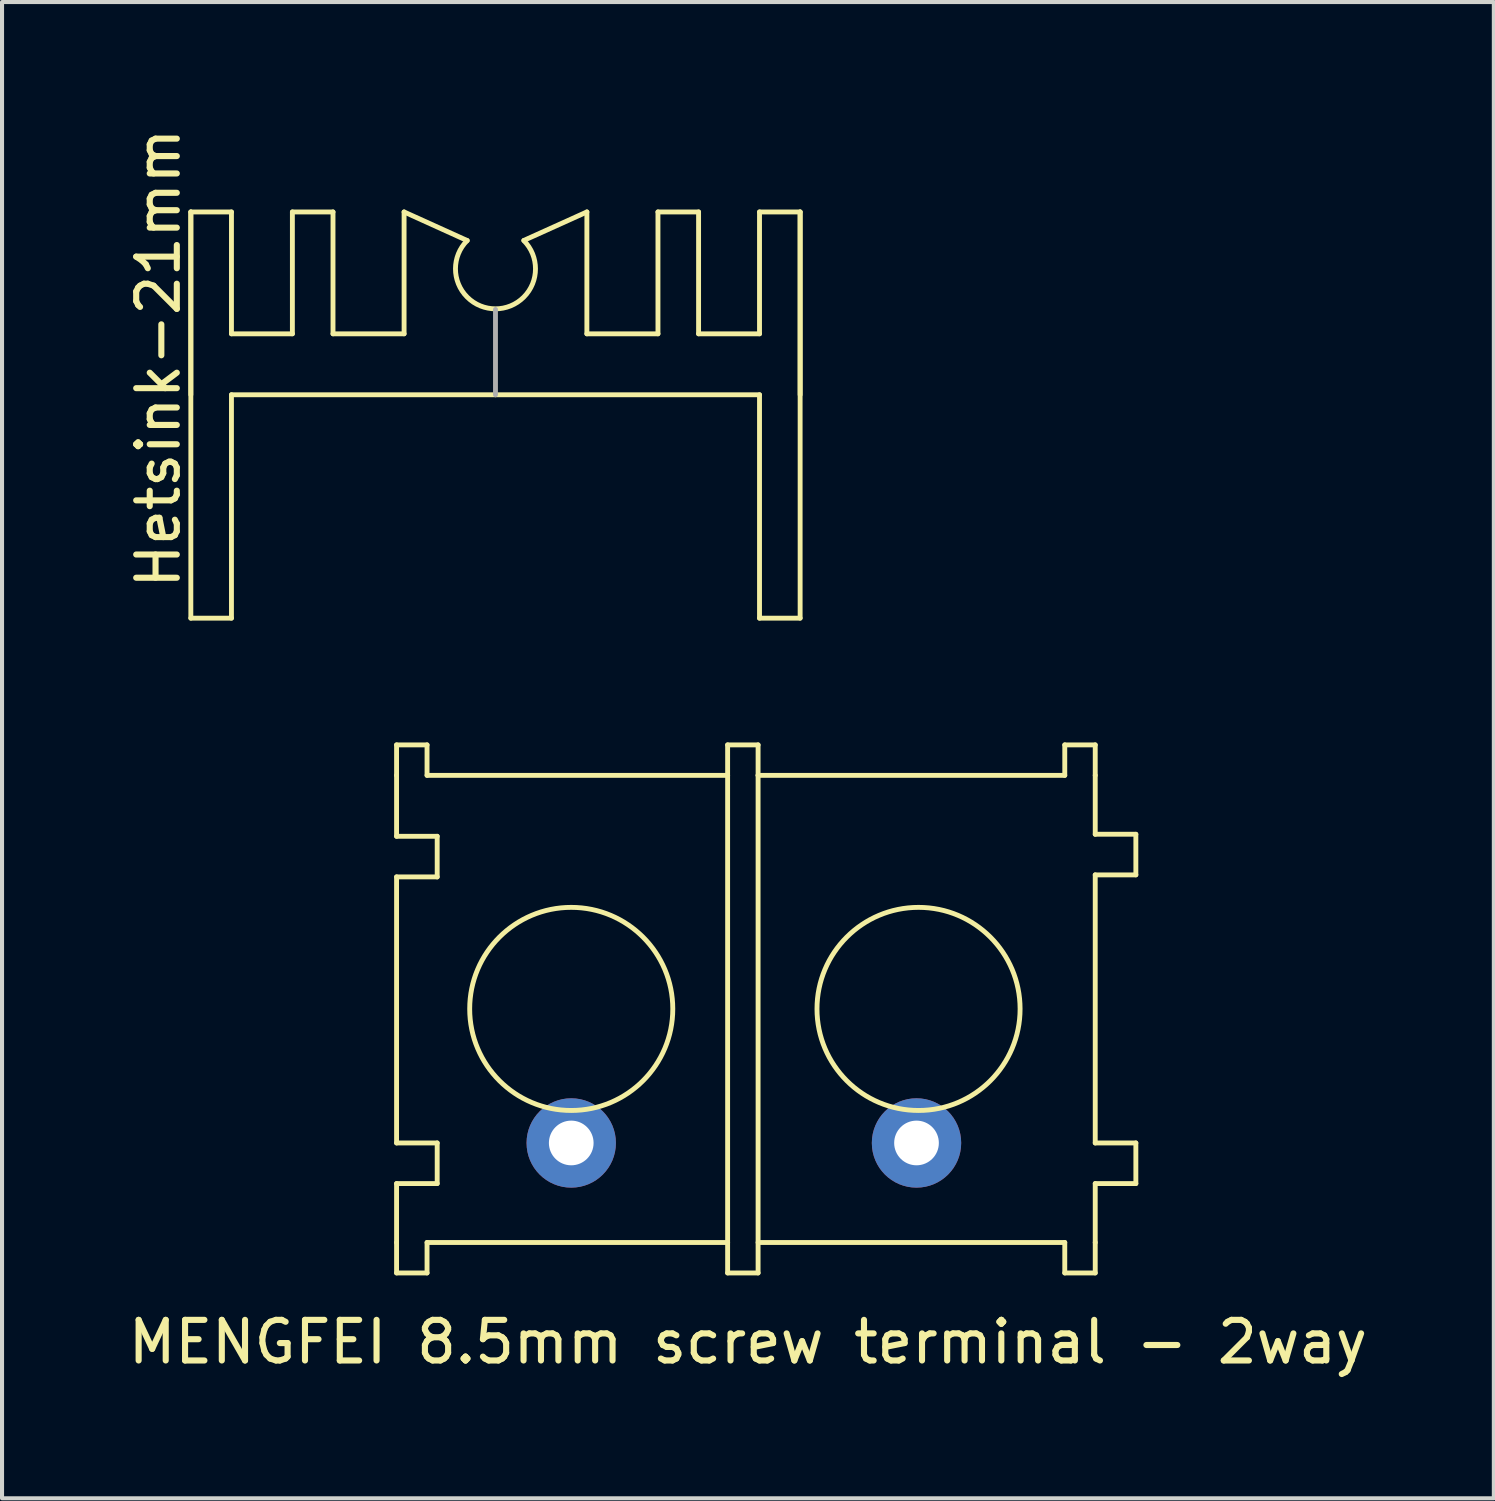
<source format=kicad_pcb>
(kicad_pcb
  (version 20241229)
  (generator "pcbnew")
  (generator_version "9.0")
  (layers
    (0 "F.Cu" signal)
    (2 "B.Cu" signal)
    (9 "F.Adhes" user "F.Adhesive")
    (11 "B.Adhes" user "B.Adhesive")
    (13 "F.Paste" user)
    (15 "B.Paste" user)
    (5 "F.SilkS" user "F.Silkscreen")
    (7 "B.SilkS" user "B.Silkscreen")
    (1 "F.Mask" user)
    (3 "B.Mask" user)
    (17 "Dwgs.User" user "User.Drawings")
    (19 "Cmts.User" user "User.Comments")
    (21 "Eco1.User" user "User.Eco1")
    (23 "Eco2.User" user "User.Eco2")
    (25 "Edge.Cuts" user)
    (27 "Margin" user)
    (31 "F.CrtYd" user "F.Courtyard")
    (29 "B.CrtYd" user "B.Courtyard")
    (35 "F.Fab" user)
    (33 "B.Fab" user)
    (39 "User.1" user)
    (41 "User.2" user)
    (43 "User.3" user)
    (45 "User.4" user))
  (footprint "Hetsink-21mm"
    (layer "F.Cu")
    (at 9.148 6.668)
    (property "Reference" "Hetsink-21mm" (at -8.3 -0.9 90) (layer "F.SilkS") (effects (font (size 1 1) (thickness 0.15))))
    (attr through_hole)
    (fp_line (start -7.5 -4.5) (end -7.5 5.5) (stroke (width 0.12) (type solid)) (layer "F.SilkS"))
    (fp_line (start -7.5 -4.5) (end -6.5 -4.5) (stroke (width 0.12) (type solid)) (layer "F.SilkS"))
    (fp_line (start -7.5 0) (end -7.5 -4.5) (stroke (width 0.12) (type solid)) (layer "F.SilkS"))
    (fp_line (start -7.5 5.5) (end -6.5 5.5) (stroke (width 0.12) (type solid)) (layer "F.SilkS"))
    (fp_line (start -6.5 -4.5) (end -6.5 -1.5) (stroke (width 0.12) (type solid)) (layer "F.SilkS"))
    (fp_line (start -6.5 -1.5) (end -5 -1.5) (stroke (width 0.12) (type solid)) (layer "F.SilkS"))
    (fp_line (start -6.5 5.5) (end -6.5 0) (stroke (width 0.12) (type solid)) (layer "F.SilkS"))
    (fp_line (start -5 -4.5) (end -4 -4.5) (stroke (width 0.12) (type solid)) (layer "F.SilkS"))
    (fp_line (start -5 -1.5) (end -5 -4.5) (stroke (width 0.12) (type solid)) (layer "F.SilkS"))
    (fp_line (start -4 -4.5) (end -4 -1.5) (stroke (width 0.12) (type solid)) (layer "F.SilkS"))
    (fp_line (start -4 -1.5) (end -2.25 -1.5) (stroke (width 0.12) (type solid)) (layer "F.SilkS"))
    (fp_line (start -2.25 -4.5) (end -2.25 -1.5) (stroke (width 0.12) (type solid)) (layer "F.SilkS"))
    (fp_line (start -2.25 -4.5) (end -0.696 -3.796) (stroke (width 0.12) (type solid)) (layer "F.SilkS"))
    (fp_line (start 0 0) (end -6.5 0) (stroke (width 0.12) (type solid)) (layer "F.SilkS"))
    (fp_line (start 2.25 -4.5) (end 0.7 -3.8) (stroke (width 0.12) (type solid)) (layer "F.SilkS"))
    (fp_line (start 2.25 -1.5) (end 2.25 -4.5) (stroke (width 0.12) (type solid)) (layer "F.SilkS"))
    (fp_line (start 2.25 -1.5) (end 4 -1.5) (stroke (width 0.12) (type solid)) (layer "F.SilkS"))
    (fp_line (start 4 -4.5) (end 5 -4.5) (stroke (width 0.12) (type solid)) (layer "F.SilkS"))
    (fp_line (start 4 -1.5) (end 4 -4.5) (stroke (width 0.12) (type solid)) (layer "F.SilkS"))
    (fp_line (start 5 -4.5) (end 5 -1.5) (stroke (width 0.12) (type solid)) (layer "F.SilkS"))
    (fp_line (start 5 -1.5) (end 6.5 -1.5) (stroke (width 0.12) (type solid)) (layer "F.SilkS"))
    (fp_line (start 6.5 -4.5) (end 6.5 -1.5) (stroke (width 0.12) (type solid)) (layer "F.SilkS"))
    (fp_line (start 6.5 -4.5) (end 7.5 -4.5) (stroke (width 0.12) (type solid)) (layer "F.SilkS"))
    (fp_line (start 6.5 0) (end 0 0) (stroke (width 0.12) (type solid)) (layer "F.SilkS"))
    (fp_line (start 6.5 5.5) (end 6.5 0) (stroke (width 0.12) (type solid)) (layer "F.SilkS"))
    (fp_line (start 7.5 -4.5) (end 7.5 0) (stroke (width 0.12) (type solid)) (layer "F.SilkS"))
    (fp_line (start 7.5 -4.5) (end 7.5 5.5) (stroke (width 0.12) (type solid)) (layer "F.SilkS"))
    (fp_line (start 7.5 5.5) (end 6.5 5.5) (stroke (width 0.12) (type solid)) (layer "F.SilkS"))
    (fp_arc (start 0.696418 -3.796418) (mid 0 -2.115116) (end -0.696418 -3.796418) (stroke (width 0.12) (type solid)) (layer "F.SilkS"))
    (fp_line (start 0 0) (end 0 -2.1) (stroke (width 0.12) (type solid)) (layer "F.Fab")))
  (footprint "MENGFEI 8.5mm screw terminal - 2way"
    (layer "F.Cu")
    (at 11.013 25.088)
    (property "Reference" "MENGFEI 8.5mm screw terminal - 2way" (at 4.35 4.9 0) (layer "F.SilkS") (effects (font (size 1 1) (thickness 0.15))))
    (attr through_hole)
    (fp_line (start -4.3 -9.8) (end -3.55 -9.8) (stroke (width 0.12) (type solid)) (layer "F.SilkS"))
    (fp_line (start -4.3 -9.05) (end -4.3 -9.8) (stroke (width 0.12) (type solid)) (layer "F.SilkS"))
    (fp_line (start -4.3 -7.55) (end -4.3 -9.05) (stroke (width 0.12) (type solid)) (layer "F.SilkS"))
    (fp_line (start -4.3 -7.55) (end -3.3 -7.55) (stroke (width 0.12) (type solid)) (layer "F.SilkS"))
    (fp_line (start -4.3 0) (end -4.3 -6.55) (stroke (width 0.12) (type solid)) (layer "F.SilkS"))
    (fp_line (start -4.3 0) (end -3.3 0) (stroke (width 0.12) (type solid)) (layer "F.SilkS"))
    (fp_line (start -4.3 2.45) (end -4.3 1) (stroke (width 0.12) (type solid)) (layer "F.SilkS"))
    (fp_line (start -4.3 2.45) (end -4.3 3.2) (stroke (width 0.12) (type solid)) (layer "F.SilkS"))
    (fp_line (start -4.3 3.2) (end -3.55 3.2) (stroke (width 0.12) (type solid)) (layer "F.SilkS"))
    (fp_line (start -3.55 -9.8) (end -3.55 -9.05) (stroke (width 0.12) (type solid)) (layer "F.SilkS"))
    (fp_line (start -3.55 -9.05) (end 3.85 -9.05) (stroke (width 0.12) (type solid)) (layer "F.SilkS"))
    (fp_line (start -3.55 3.2) (end -3.55 2.45) (stroke (width 0.12) (type solid)) (layer "F.SilkS"))
    (fp_line (start -3.3 -7.55) (end -3.3 -6.55) (stroke (width 0.12) (type solid)) (layer "F.SilkS"))
    (fp_line (start -3.3 -6.55) (end -4.3 -6.55) (stroke (width 0.12) (type solid)) (layer "F.SilkS"))
    (fp_line (start -3.3 0) (end -3.3 1) (stroke (width 0.12) (type solid)) (layer "F.SilkS"))
    (fp_line (start -3.3 1) (end -4.3 1) (stroke (width 0.12) (type solid)) (layer "F.SilkS"))
    (fp_line (start 3.85 -9.8) (end 3.85 -9.05) (stroke (width 0.12) (type solid)) (layer "F.SilkS"))
    (fp_line (start 3.85 -9.8) (end 4.6 -9.8) (stroke (width 0.12) (type solid)) (layer "F.SilkS"))
    (fp_line (start 3.85 2.45) (end -3.55 2.45) (stroke (width 0.12) (type solid)) (layer "F.SilkS"))
    (fp_line (start 3.85 2.45) (end 3.85 -9.05) (stroke (width 0.12) (type solid)) (layer "F.SilkS"))
    (fp_line (start 3.85 3.2) (end 3.85 2.45) (stroke (width 0.12) (type solid)) (layer "F.SilkS"))
    (fp_line (start 4.6 -9.8) (end 4.6 -9.05) (stroke (width 0.12) (type solid)) (layer "F.SilkS"))
    (fp_line (start 4.6 -9.05) (end 12.15 -9.05) (stroke (width 0.12) (type solid)) (layer "F.SilkS"))
    (fp_line (start 4.6 2.45) (end 4.6 -9.05) (stroke (width 0.12) (type solid)) (layer "F.SilkS"))
    (fp_line (start 4.6 3.2) (end 3.85 3.2) (stroke (width 0.12) (type solid)) (layer "F.SilkS"))
    (fp_line (start 4.6 3.2) (end 4.6 2.45) (stroke (width 0.12) (type solid)) (layer "F.SilkS"))
    (fp_line (start 4.65 2.45) (end 12.15 2.45) (stroke (width 0.12) (type solid)) (layer "F.SilkS"))
    (fp_line (start 12.15 -9.8) (end 12.9 -9.8) (stroke (width 0.12) (type solid)) (layer "F.SilkS"))
    (fp_line (start 12.15 -9.05) (end 12.15 -9.8) (stroke (width 0.12) (type solid)) (layer "F.SilkS"))
    (fp_line (start 12.15 3.2) (end 12.15 2.45) (stroke (width 0.12) (type solid)) (layer "F.SilkS"))
    (fp_line (start 12.9 -9.8) (end 12.9 -9.05) (stroke (width 0.12) (type solid)) (layer "F.SilkS"))
    (fp_line (start 12.9 -7.6) (end 12.9 -9.05) (stroke (width 0.12) (type solid)) (layer "F.SilkS"))
    (fp_line (start 12.9 -7.6) (end 13.9 -7.6) (stroke (width 0.12) (type solid)) (layer "F.SilkS"))
    (fp_line (start 12.9 0) (end 12.9 -6.6) (stroke (width 0.12) (type solid)) (layer "F.SilkS"))
    (fp_line (start 12.9 1) (end 12.9 2.45) (stroke (width 0.12) (type solid)) (layer "F.SilkS"))
    (fp_line (start 12.9 1) (end 13.9 1) (stroke (width 0.12) (type solid)) (layer "F.SilkS"))
    (fp_line (start 12.9 2.45) (end 12.9 3.2) (stroke (width 0.12) (type solid)) (layer "F.SilkS"))
    (fp_line (start 12.9 3.2) (end 12.15 3.2) (stroke (width 0.12) (type solid)) (layer "F.SilkS"))
    (fp_line (start 13.9 -7.6) (end 13.9 -6.6) (stroke (width 0.12) (type solid)) (layer "F.SilkS"))
    (fp_line (start 13.9 -6.6) (end 12.9 -6.6) (stroke (width 0.12) (type solid)) (layer "F.SilkS"))
    (fp_line (start 13.9 0) (end 12.9 0) (stroke (width 0.12) (type solid)) (layer "F.SilkS"))
    (fp_line (start 13.9 1) (end 13.9 0) (stroke (width 0.12) (type solid)) (layer "F.SilkS"))
    (fp_circle (center 0 -3.3) (end 2.5 -3.3) (stroke (width 0.12) (type solid)) (fill no) (layer "F.SilkS"))
    (fp_circle (center 8.55 -3.3) (end 11.05 -3.3) (stroke (width 0.12) (type solid)) (fill no) (layer "F.SilkS"))
    (pad "1" thru_hole circle (at 0 0) (size 2.2 2.2) (drill 1.1) (layers "*.Cu" "*.Mask"))
    (pad "2" thru_hole circle (at 8.5 0) (size 2.2 2.2) (drill 1.1) (layers "*.Cu" "*.Mask")))
  (gr_rect
    (start -3 -3)
    (end 33.726 33.836)
    (stroke (width 0.1) (type default))
    (fill no)
    (layer "Edge.Cuts")))
</source>
